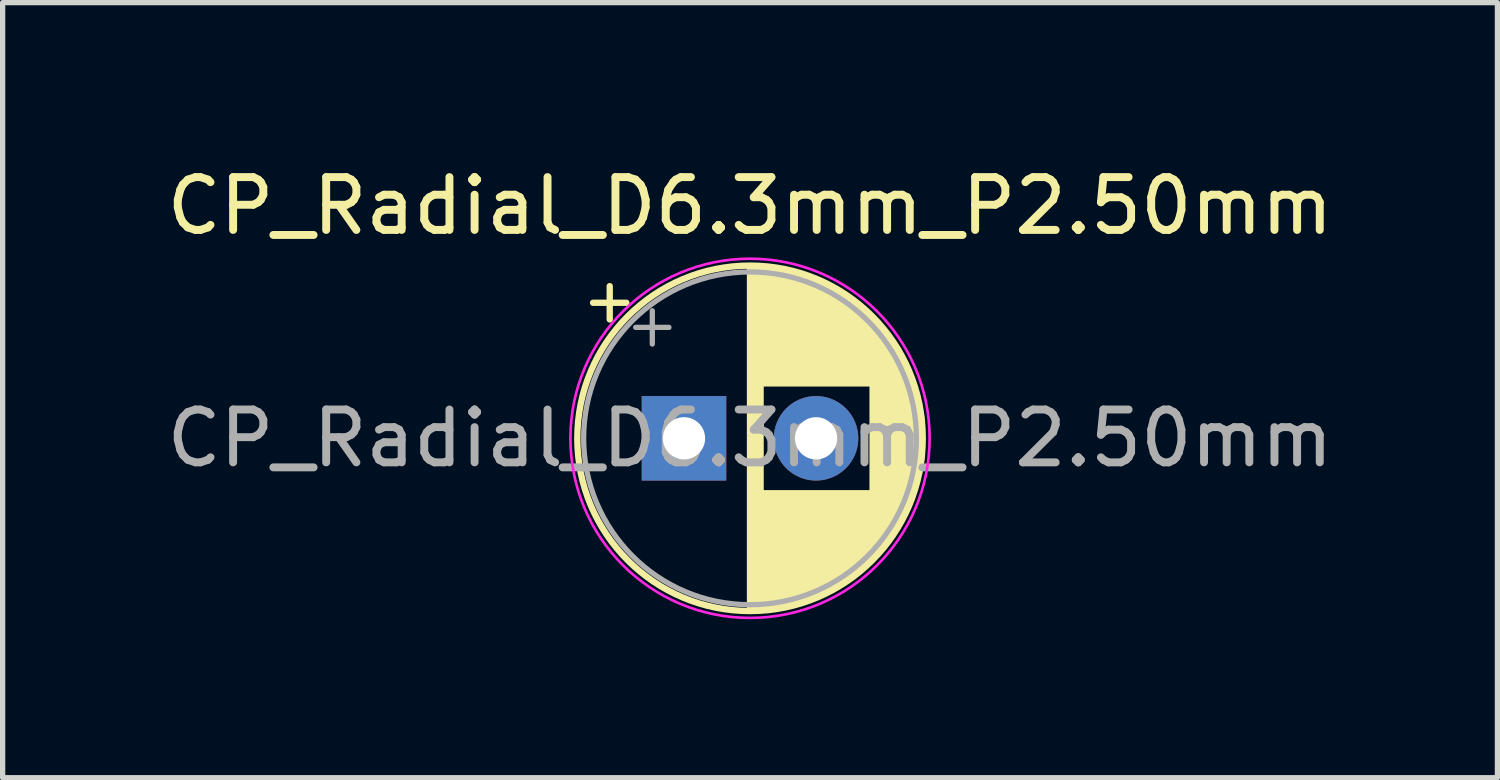
<source format=kicad_pcb>
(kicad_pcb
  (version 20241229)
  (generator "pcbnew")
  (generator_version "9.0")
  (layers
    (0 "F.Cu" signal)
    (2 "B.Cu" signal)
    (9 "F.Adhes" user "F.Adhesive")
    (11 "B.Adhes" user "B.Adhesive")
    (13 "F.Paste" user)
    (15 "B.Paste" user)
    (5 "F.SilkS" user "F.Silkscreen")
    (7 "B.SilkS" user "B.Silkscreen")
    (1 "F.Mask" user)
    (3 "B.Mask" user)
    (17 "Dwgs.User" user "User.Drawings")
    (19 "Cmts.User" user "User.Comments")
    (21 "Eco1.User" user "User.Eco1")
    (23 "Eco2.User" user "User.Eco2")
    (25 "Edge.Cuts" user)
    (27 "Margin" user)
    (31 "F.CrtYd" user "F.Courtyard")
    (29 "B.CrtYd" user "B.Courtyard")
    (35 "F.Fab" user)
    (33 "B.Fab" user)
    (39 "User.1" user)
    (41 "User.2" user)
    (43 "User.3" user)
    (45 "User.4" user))
  (footprint "CP_Radial_D6.3mm_P2.50mm"
    (layer "F.Cu")
    (at 9.899 5.248)
    (property "Reference" "CP_Radial_D6.3mm_P2.50mm" (at 1.25 -4.4 0) (layer "F.SilkS") (effects (font (size 1 1) (thickness 0.15))))
    (attr through_hole)
    (fp_line (start -1.721 -2.566) (end -1.091 -2.566) (stroke (width 0.12) (type solid)) (layer "F.SilkS"))
    (fp_line (start -1.406 -2.881) (end -1.406 -2.251) (stroke (width 0.12) (type solid)) (layer "F.SilkS"))
    (fp_line (start 1.25 -3.23) (end 1.25 3.23) (stroke (width 0.12) (type solid)) (layer "F.SilkS"))
    (fp_line (start 1.29 -3.23) (end 1.29 3.23) (stroke (width 0.12) (type solid)) (layer "F.SilkS"))
    (fp_line (start 1.33 -3.23) (end 1.33 3.23) (stroke (width 0.12) (type solid)) (layer "F.SilkS"))
    (fp_line (start 1.37 -3.228) (end 1.37 3.228) (stroke (width 0.12) (type solid)) (layer "F.SilkS"))
    (fp_line (start 1.41 -3.227) (end 1.41 3.227) (stroke (width 0.12) (type solid)) (layer "F.SilkS"))
    (fp_line (start 1.45 -3.224) (end 1.45 3.224) (stroke (width 0.12) (type solid)) (layer "F.SilkS"))
    (fp_line (start 1.49 -3.222) (end 1.49 -1.04) (stroke (width 0.12) (type solid)) (layer "F.SilkS"))
    (fp_line (start 1.49 1.04) (end 1.49 3.222) (stroke (width 0.12) (type solid)) (layer "F.SilkS"))
    (fp_line (start 1.53 -3.218) (end 1.53 -1.04) (stroke (width 0.12) (type solid)) (layer "F.SilkS"))
    (fp_line (start 1.53 1.04) (end 1.53 3.218) (stroke (width 0.12) (type solid)) (layer "F.SilkS"))
    (fp_line (start 1.57 -3.215) (end 1.57 -1.04) (stroke (width 0.12) (type solid)) (layer "F.SilkS"))
    (fp_line (start 1.57 1.04) (end 1.57 3.215) (stroke (width 0.12) (type solid)) (layer "F.SilkS"))
    (fp_line (start 1.61 -3.211) (end 1.61 -1.04) (stroke (width 0.12) (type solid)) (layer "F.SilkS"))
    (fp_line (start 1.61 1.04) (end 1.61 3.211) (stroke (width 0.12) (type solid)) (layer "F.SilkS"))
    (fp_line (start 1.65 -3.206) (end 1.65 -1.04) (stroke (width 0.12) (type solid)) (layer "F.SilkS"))
    (fp_line (start 1.65 1.04) (end 1.65 3.206) (stroke (width 0.12) (type solid)) (layer "F.SilkS"))
    (fp_line (start 1.69 -3.201) (end 1.69 -1.04) (stroke (width 0.12) (type solid)) (layer "F.SilkS"))
    (fp_line (start 1.69 1.04) (end 1.69 3.201) (stroke (width 0.12) (type solid)) (layer "F.SilkS"))
    (fp_line (start 1.73 -3.195) (end 1.73 -1.04) (stroke (width 0.12) (type solid)) (layer "F.SilkS"))
    (fp_line (start 1.73 1.04) (end 1.73 3.195) (stroke (width 0.12) (type solid)) (layer "F.SilkS"))
    (fp_line (start 1.77 -3.189) (end 1.77 -1.04) (stroke (width 0.12) (type solid)) (layer "F.SilkS"))
    (fp_line (start 1.77 1.04) (end 1.77 3.189) (stroke (width 0.12) (type solid)) (layer "F.SilkS"))
    (fp_line (start 1.81 -3.182) (end 1.81 -1.04) (stroke (width 0.12) (type solid)) (layer "F.SilkS"))
    (fp_line (start 1.81 1.04) (end 1.81 3.182) (stroke (width 0.12) (type solid)) (layer "F.SilkS"))
    (fp_line (start 1.85 -3.175) (end 1.85 -1.04) (stroke (width 0.12) (type solid)) (layer "F.SilkS"))
    (fp_line (start 1.85 1.04) (end 1.85 3.175) (stroke (width 0.12) (type solid)) (layer "F.SilkS"))
    (fp_line (start 1.89 -3.167) (end 1.89 -1.04) (stroke (width 0.12) (type solid)) (layer "F.SilkS"))
    (fp_line (start 1.89 1.04) (end 1.89 3.167) (stroke (width 0.12) (type solid)) (layer "F.SilkS"))
    (fp_line (start 1.93 -3.159) (end 1.93 -1.04) (stroke (width 0.12) (type solid)) (layer "F.SilkS"))
    (fp_line (start 1.93 1.04) (end 1.93 3.159) (stroke (width 0.12) (type solid)) (layer "F.SilkS"))
    (fp_line (start 1.971 -3.15) (end 1.971 -1.04) (stroke (width 0.12) (type solid)) (layer "F.SilkS"))
    (fp_line (start 1.971 1.04) (end 1.971 3.15) (stroke (width 0.12) (type solid)) (layer "F.SilkS"))
    (fp_line (start 2.011 -3.141) (end 2.011 -1.04) (stroke (width 0.12) (type solid)) (layer "F.SilkS"))
    (fp_line (start 2.011 1.04) (end 2.011 3.141) (stroke (width 0.12) (type solid)) (layer "F.SilkS"))
    (fp_line (start 2.051 -3.131) (end 2.051 -1.04) (stroke (width 0.12) (type solid)) (layer "F.SilkS"))
    (fp_line (start 2.051 1.04) (end 2.051 3.131) (stroke (width 0.12) (type solid)) (layer "F.SilkS"))
    (fp_line (start 2.091 -3.121) (end 2.091 -1.04) (stroke (width 0.12) (type solid)) (layer "F.SilkS"))
    (fp_line (start 2.091 1.04) (end 2.091 3.121) (stroke (width 0.12) (type solid)) (layer "F.SilkS"))
    (fp_line (start 2.131 -3.11) (end 2.131 -1.04) (stroke (width 0.12) (type solid)) (layer "F.SilkS"))
    (fp_line (start 2.131 1.04) (end 2.131 3.11) (stroke (width 0.12) (type solid)) (layer "F.SilkS"))
    (fp_line (start 2.171 -3.098) (end 2.171 -1.04) (stroke (width 0.12) (type solid)) (layer "F.SilkS"))
    (fp_line (start 2.171 1.04) (end 2.171 3.098) (stroke (width 0.12) (type solid)) (layer "F.SilkS"))
    (fp_line (start 2.211 -3.086) (end 2.211 -1.04) (stroke (width 0.12) (type solid)) (layer "F.SilkS"))
    (fp_line (start 2.211 1.04) (end 2.211 3.086) (stroke (width 0.12) (type solid)) (layer "F.SilkS"))
    (fp_line (start 2.251 -3.074) (end 2.251 -1.04) (stroke (width 0.12) (type solid)) (layer "F.SilkS"))
    (fp_line (start 2.251 1.04) (end 2.251 3.074) (stroke (width 0.12) (type solid)) (layer "F.SilkS"))
    (fp_line (start 2.291 -3.061) (end 2.291 -1.04) (stroke (width 0.12) (type solid)) (layer "F.SilkS"))
    (fp_line (start 2.291 1.04) (end 2.291 3.061) (stroke (width 0.12) (type solid)) (layer "F.SilkS"))
    (fp_line (start 2.331 -3.047) (end 2.331 -1.04) (stroke (width 0.12) (type solid)) (layer "F.SilkS"))
    (fp_line (start 2.331 1.04) (end 2.331 3.047) (stroke (width 0.12) (type solid)) (layer "F.SilkS"))
    (fp_line (start 2.371 -3.033) (end 2.371 -1.04) (stroke (width 0.12) (type solid)) (layer "F.SilkS"))
    (fp_line (start 2.371 1.04) (end 2.371 3.033) (stroke (width 0.12) (type solid)) (layer "F.SilkS"))
    (fp_line (start 2.411 -3.018) (end 2.411 -1.04) (stroke (width 0.12) (type solid)) (layer "F.SilkS"))
    (fp_line (start 2.411 1.04) (end 2.411 3.018) (stroke (width 0.12) (type solid)) (layer "F.SilkS"))
    (fp_line (start 2.451 -3.002) (end 2.451 -1.04) (stroke (width 0.12) (type solid)) (layer "F.SilkS"))
    (fp_line (start 2.451 1.04) (end 2.451 3.002) (stroke (width 0.12) (type solid)) (layer "F.SilkS"))
    (fp_line (start 2.491 -2.986) (end 2.491 -1.04) (stroke (width 0.12) (type solid)) (layer "F.SilkS"))
    (fp_line (start 2.491 1.04) (end 2.491 2.986) (stroke (width 0.12) (type solid)) (layer "F.SilkS"))
    (fp_line (start 2.531 -2.97) (end 2.531 -1.04) (stroke (width 0.12) (type solid)) (layer "F.SilkS"))
    (fp_line (start 2.531 1.04) (end 2.531 2.97) (stroke (width 0.12) (type solid)) (layer "F.SilkS"))
    (fp_line (start 2.571 -2.952) (end 2.571 -1.04) (stroke (width 0.12) (type solid)) (layer "F.SilkS"))
    (fp_line (start 2.571 1.04) (end 2.571 2.952) (stroke (width 0.12) (type solid)) (layer "F.SilkS"))
    (fp_line (start 2.611 -2.934) (end 2.611 -1.04) (stroke (width 0.12) (type solid)) (layer "F.SilkS"))
    (fp_line (start 2.611 1.04) (end 2.611 2.934) (stroke (width 0.12) (type solid)) (layer "F.SilkS"))
    (fp_line (start 2.651 -2.916) (end 2.651 -1.04) (stroke (width 0.12) (type solid)) (layer "F.SilkS"))
    (fp_line (start 2.651 1.04) (end 2.651 2.916) (stroke (width 0.12) (type solid)) (layer "F.SilkS"))
    (fp_line (start 2.691 -2.896) (end 2.691 -1.04) (stroke (width 0.12) (type solid)) (layer "F.SilkS"))
    (fp_line (start 2.691 1.04) (end 2.691 2.896) (stroke (width 0.12) (type solid)) (layer "F.SilkS"))
    (fp_line (start 2.731 -2.876) (end 2.731 -1.04) (stroke (width 0.12) (type solid)) (layer "F.SilkS"))
    (fp_line (start 2.731 1.04) (end 2.731 2.876) (stroke (width 0.12) (type solid)) (layer "F.SilkS"))
    (fp_line (start 2.771 -2.856) (end 2.771 -1.04) (stroke (width 0.12) (type solid)) (layer "F.SilkS"))
    (fp_line (start 2.771 1.04) (end 2.771 2.856) (stroke (width 0.12) (type solid)) (layer "F.SilkS"))
    (fp_line (start 2.811 -2.834) (end 2.811 -1.04) (stroke (width 0.12) (type solid)) (layer "F.SilkS"))
    (fp_line (start 2.811 1.04) (end 2.811 2.834) (stroke (width 0.12) (type solid)) (layer "F.SilkS"))
    (fp_line (start 2.851 -2.812) (end 2.851 -1.04) (stroke (width 0.12) (type solid)) (layer "F.SilkS"))
    (fp_line (start 2.851 1.04) (end 2.851 2.812) (stroke (width 0.12) (type solid)) (layer "F.SilkS"))
    (fp_line (start 2.891 -2.79) (end 2.891 -1.04) (stroke (width 0.12) (type solid)) (layer "F.SilkS"))
    (fp_line (start 2.891 1.04) (end 2.891 2.79) (stroke (width 0.12) (type solid)) (layer "F.SilkS"))
    (fp_line (start 2.931 -2.766) (end 2.931 -1.04) (stroke (width 0.12) (type solid)) (layer "F.SilkS"))
    (fp_line (start 2.931 1.04) (end 2.931 2.766) (stroke (width 0.12) (type solid)) (layer "F.SilkS"))
    (fp_line (start 2.971 -2.742) (end 2.971 -1.04) (stroke (width 0.12) (type solid)) (layer "F.SilkS"))
    (fp_line (start 2.971 1.04) (end 2.971 2.742) (stroke (width 0.12) (type solid)) (layer "F.SilkS"))
    (fp_line (start 3.011 -2.716) (end 3.011 -1.04) (stroke (width 0.12) (type solid)) (layer "F.SilkS"))
    (fp_line (start 3.011 1.04) (end 3.011 2.716) (stroke (width 0.12) (type solid)) (layer "F.SilkS"))
    (fp_line (start 3.051 -2.69) (end 3.051 -1.04) (stroke (width 0.12) (type solid)) (layer "F.SilkS"))
    (fp_line (start 3.051 1.04) (end 3.051 2.69) (stroke (width 0.12) (type solid)) (layer "F.SilkS"))
    (fp_line (start 3.091 -2.664) (end 3.091 -1.04) (stroke (width 0.12) (type solid)) (layer "F.SilkS"))
    (fp_line (start 3.091 1.04) (end 3.091 2.664) (stroke (width 0.12) (type solid)) (layer "F.SilkS"))
    (fp_line (start 3.131 -2.636) (end 3.131 -1.04) (stroke (width 0.12) (type solid)) (layer "F.SilkS"))
    (fp_line (start 3.131 1.04) (end 3.131 2.636) (stroke (width 0.12) (type solid)) (layer "F.SilkS"))
    (fp_line (start 3.171 -2.607) (end 3.171 -1.04) (stroke (width 0.12) (type solid)) (layer "F.SilkS"))
    (fp_line (start 3.171 1.04) (end 3.171 2.607) (stroke (width 0.12) (type solid)) (layer "F.SilkS"))
    (fp_line (start 3.211 -2.578) (end 3.211 -1.04) (stroke (width 0.12) (type solid)) (layer "F.SilkS"))
    (fp_line (start 3.211 1.04) (end 3.211 2.578) (stroke (width 0.12) (type solid)) (layer "F.SilkS"))
    (fp_line (start 3.251 -2.548) (end 3.251 -1.04) (stroke (width 0.12) (type solid)) (layer "F.SilkS"))
    (fp_line (start 3.251 1.04) (end 3.251 2.548) (stroke (width 0.12) (type solid)) (layer "F.SilkS"))
    (fp_line (start 3.291 -2.516) (end 3.291 -1.04) (stroke (width 0.12) (type solid)) (layer "F.SilkS"))
    (fp_line (start 3.291 1.04) (end 3.291 2.516) (stroke (width 0.12) (type solid)) (layer "F.SilkS"))
    (fp_line (start 3.331 -2.484) (end 3.331 -1.04) (stroke (width 0.12) (type solid)) (layer "F.SilkS"))
    (fp_line (start 3.331 1.04) (end 3.331 2.484) (stroke (width 0.12) (type solid)) (layer "F.SilkS"))
    (fp_line (start 3.371 -2.45) (end 3.371 -1.04) (stroke (width 0.12) (type solid)) (layer "F.SilkS"))
    (fp_line (start 3.371 1.04) (end 3.371 2.45) (stroke (width 0.12) (type solid)) (layer "F.SilkS"))
    (fp_line (start 3.411 -2.416) (end 3.411 -1.04) (stroke (width 0.12) (type solid)) (layer "F.SilkS"))
    (fp_line (start 3.411 1.04) (end 3.411 2.416) (stroke (width 0.12) (type solid)) (layer "F.SilkS"))
    (fp_line (start 3.451 -2.38) (end 3.451 -1.04) (stroke (width 0.12) (type solid)) (layer "F.SilkS"))
    (fp_line (start 3.451 1.04) (end 3.451 2.38) (stroke (width 0.12) (type solid)) (layer "F.SilkS"))
    (fp_line (start 3.491 -2.343) (end 3.491 -1.04) (stroke (width 0.12) (type solid)) (layer "F.SilkS"))
    (fp_line (start 3.491 1.04) (end 3.491 2.343) (stroke (width 0.12) (type solid)) (layer "F.SilkS"))
    (fp_line (start 3.531 -2.305) (end 3.531 -1.04) (stroke (width 0.12) (type solid)) (layer "F.SilkS"))
    (fp_line (start 3.531 1.04) (end 3.531 2.305) (stroke (width 0.12) (type solid)) (layer "F.SilkS"))
    (fp_line (start 3.571 -2.265) (end 3.571 2.265) (stroke (width 0.12) (type solid)) (layer "F.SilkS"))
    (fp_line (start 3.611 -2.224) (end 3.611 2.224) (stroke (width 0.12) (type solid)) (layer "F.SilkS"))
    (fp_line (start 3.651 -2.182) (end 3.651 2.182) (stroke (width 0.12) (type solid)) (layer "F.SilkS"))
    (fp_line (start 3.691 -2.137) (end 3.691 2.137) (stroke (width 0.12) (type solid)) (layer "F.SilkS"))
    (fp_line (start 3.731 -2.092) (end 3.731 2.092) (stroke (width 0.12) (type solid)) (layer "F.SilkS"))
    (fp_line (start 3.771 -2.044) (end 3.771 2.044) (stroke (width 0.12) (type solid)) (layer "F.SilkS"))
    (fp_line (start 3.811 -1.995) (end 3.811 1.995) (stroke (width 0.12) (type solid)) (layer "F.SilkS"))
    (fp_line (start 3.851 -1.944) (end 3.851 1.944) (stroke (width 0.12) (type solid)) (layer "F.SilkS"))
    (fp_line (start 3.891 -1.89) (end 3.891 1.89) (stroke (width 0.12) (type solid)) (layer "F.SilkS"))
    (fp_line (start 3.931 -1.834) (end 3.931 1.834) (stroke (width 0.12) (type solid)) (layer "F.SilkS"))
    (fp_line (start 3.971 -1.776) (end 3.971 1.776) (stroke (width 0.12) (type solid)) (layer "F.SilkS"))
    (fp_line (start 4.011 -1.714) (end 4.011 1.714) (stroke (width 0.12) (type solid)) (layer "F.SilkS"))
    (fp_line (start 4.051 -1.65) (end 4.051 1.65) (stroke (width 0.12) (type solid)) (layer "F.SilkS"))
    (fp_line (start 4.091 -1.581) (end 4.091 1.581) (stroke (width 0.12) (type solid)) (layer "F.SilkS"))
    (fp_line (start 4.131 -1.509) (end 4.131 1.509) (stroke (width 0.12) (type solid)) (layer "F.SilkS"))
    (fp_line (start 4.171 -1.432) (end 4.171 1.432) (stroke (width 0.12) (type solid)) (layer "F.SilkS"))
    (fp_line (start 4.211 -1.35) (end 4.211 1.35) (stroke (width 0.12) (type solid)) (layer "F.SilkS"))
    (fp_line (start 4.251 -1.262) (end 4.251 1.262) (stroke (width 0.12) (type solid)) (layer "F.SilkS"))
    (fp_line (start 4.291 -1.165) (end 4.291 1.165) (stroke (width 0.12) (type solid)) (layer "F.SilkS"))
    (fp_line (start 4.331 -1.059) (end 4.331 1.059) (stroke (width 0.12) (type solid)) (layer "F.SilkS"))
    (fp_line (start 4.371 -0.94) (end 4.371 0.94) (stroke (width 0.12) (type solid)) (layer "F.SilkS"))
    (fp_line (start 4.411 -0.802) (end 4.411 0.802) (stroke (width 0.12) (type solid)) (layer "F.SilkS"))
    (fp_line (start 4.451 -0.633) (end 4.451 0.633) (stroke (width 0.12) (type solid)) (layer "F.SilkS"))
    (fp_line (start 4.491 -0.402) (end 4.491 0.402) (stroke (width 0.12) (type solid)) (layer "F.SilkS"))
    (fp_circle (center 1.25 0) (end 4.52 0) (stroke (width 0.12) (type solid)) (fill no) (layer "F.SilkS"))
    (fp_circle (center 1.25 0) (end 4.65 0) (stroke (width 0.05) (type solid)) (fill no) (layer "F.CrtYd"))
    (fp_line (start -0.915 -2.1) (end -0.285 -2.1) (stroke (width 0.1) (type solid)) (layer "F.Fab"))
    (fp_line (start -0.6 -2.415) (end -0.6 -1.785) (stroke (width 0.1) (type solid)) (layer "F.Fab"))
    (fp_circle (center 1.25 0) (end 4.4 0) (stroke (width 0.1) (type solid)) (fill no) (layer "F.Fab"))
    (fp_text user "${REFERENCE}" (at 1.25 0 0) (layer "F.Fab") (effects (font (size 1 1) (thickness 0.15))))
    (pad "1" thru_hole rect (at 0 0) (size 1.6 1.6) (drill 0.8) (layers "*.Cu" "*.Mask"))
    (pad "2" thru_hole circle (at 2.5 0) (size 1.6 1.6) (drill 0.8) (layers "*.Cu" "*.Mask")))
  (gr_rect
    (start -3 -3)
    (end 25.298 11.673)
    (stroke (width 0.1) (type default))
    (fill no)
    (layer "Edge.Cuts")))
</source>
